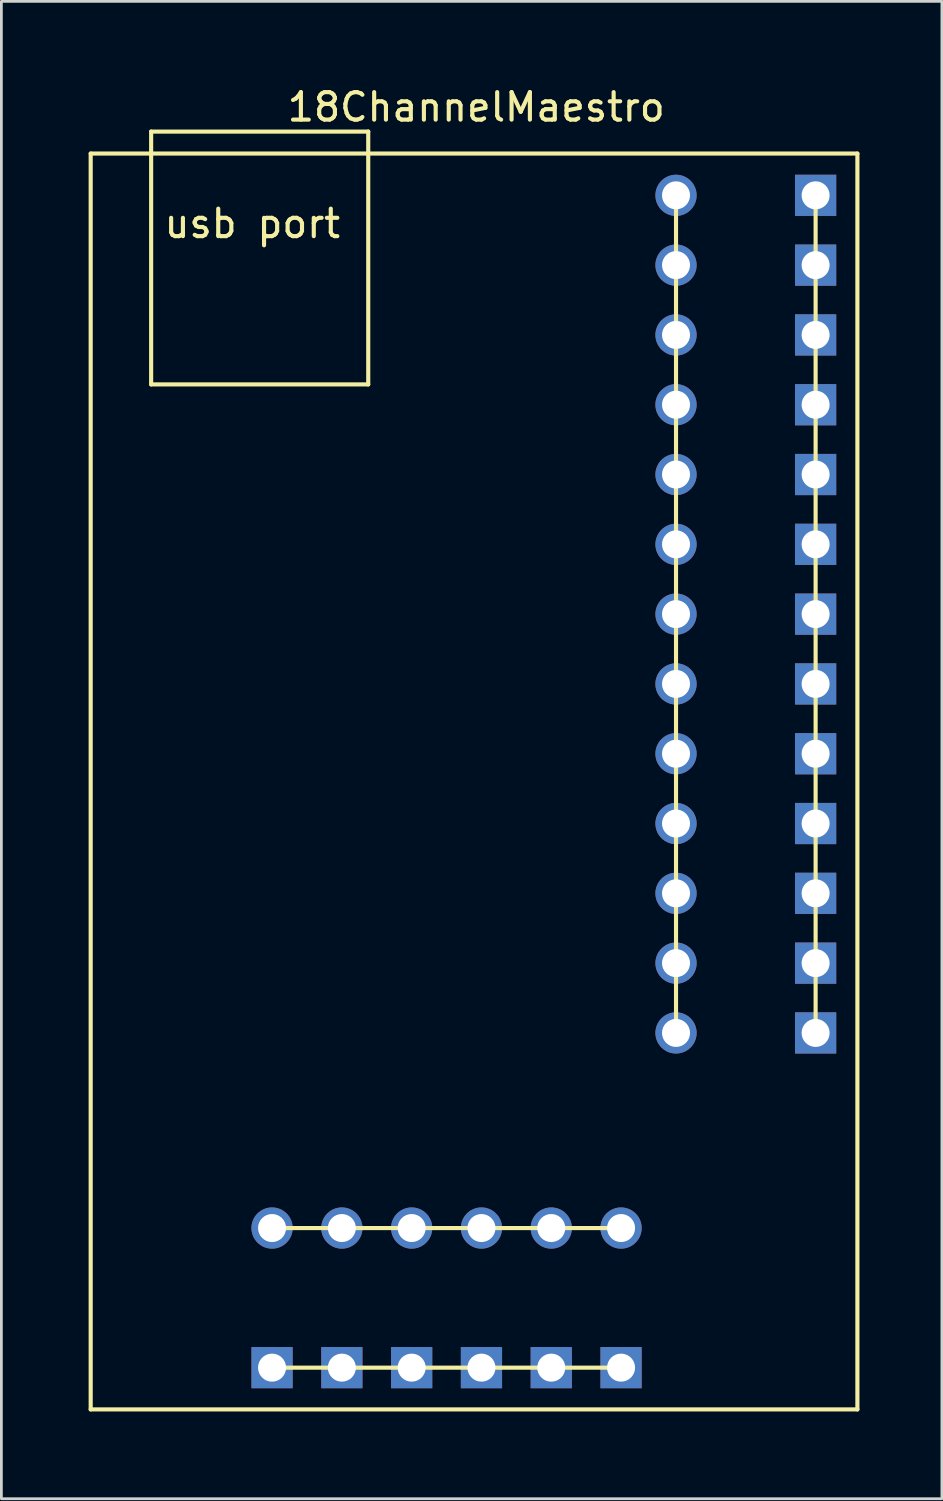
<source format=kicad_pcb>
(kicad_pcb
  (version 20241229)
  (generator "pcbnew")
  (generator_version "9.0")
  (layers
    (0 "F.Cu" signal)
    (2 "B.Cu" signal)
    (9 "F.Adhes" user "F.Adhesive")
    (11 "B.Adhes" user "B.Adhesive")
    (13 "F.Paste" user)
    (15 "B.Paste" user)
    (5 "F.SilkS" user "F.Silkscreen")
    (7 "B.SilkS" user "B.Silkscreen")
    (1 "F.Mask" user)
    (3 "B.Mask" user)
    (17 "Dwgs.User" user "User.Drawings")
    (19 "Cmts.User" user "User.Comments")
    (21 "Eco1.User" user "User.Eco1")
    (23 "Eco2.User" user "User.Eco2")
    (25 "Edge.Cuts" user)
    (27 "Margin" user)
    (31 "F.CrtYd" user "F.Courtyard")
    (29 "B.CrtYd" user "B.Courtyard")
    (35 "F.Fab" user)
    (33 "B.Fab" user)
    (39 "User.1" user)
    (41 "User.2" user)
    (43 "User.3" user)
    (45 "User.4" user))
  (footprint "18ChannelMaestro"
    (layer "F.Cu")
    (at 0.25 48.238)
    (property "Reference" "18ChannelMaestro" (at 14.03 -47.39 0) (layer "F.SilkS") (effects (font (size 1 1) (thickness 0.15))))
    (attr through_hole)
    (fp_line (start 0 -45.7) (end 27.9 -45.7) (stroke (width 0.15) (type solid)) (layer "F.SilkS"))
    (fp_line (start 0 0) (end 0 -45.7) (stroke (width 0.15) (type solid)) (layer "F.SilkS"))
    (fp_line (start 0 0) (end 27.9 0) (stroke (width 0.15) (type solid)) (layer "F.SilkS"))
    (fp_line (start 2.2 -46.5) (end 2.2 -37.3) (stroke (width 0.15) (type solid)) (layer "F.SilkS"))
    (fp_line (start 2.2 -46.5) (end 10.1 -46.5) (stroke (width 0.15) (type solid)) (layer "F.SilkS"))
    (fp_line (start 2.2 -37.3) (end 10.1 -37.3) (stroke (width 0.15) (type solid)) (layer "F.SilkS"))
    (fp_line (start 6.6 -6.6) (end 19.3 -6.6) (stroke (width 0.15) (type solid)) (layer "F.SilkS"))
    (fp_line (start 6.6 -1.52) (end 19.3 -1.52) (stroke (width 0.15) (type solid)) (layer "F.SilkS"))
    (fp_line (start 10.1 -46.5) (end 10.1 -37.3) (stroke (width 0.15) (type solid)) (layer "F.SilkS"))
    (fp_line (start 21.3 -13.7) (end 21.3 -44.18) (stroke (width 0.15) (type solid)) (layer "F.SilkS"))
    (fp_line (start 26.38 -13.7) (end 26.38 -44.18) (stroke (width 0.15) (type solid)) (layer "F.SilkS"))
    (fp_line (start 27.9 0) (end 27.9 -45.7) (stroke (width 0.15) (type solid)) (layer "F.SilkS"))
    (fp_text user "usb port" (at 5.88 -43.15 0) (layer "F.SilkS") (effects (font (size 1 1) (thickness 0.15))))
    (pad "1" thru_hole circle (at 21.3 -44.18) (size 1.5 1.5) (drill 1.02) (layers "*.Cu" "*.Mask"))
    (pad "2" thru_hole circle (at 21.3 -41.64) (size 1.5 1.5) (drill 1.02) (layers "*.Cu" "*.Mask"))
    (pad "3" thru_hole circle (at 21.3 -39.1) (size 1.5 1.5) (drill 1.02) (layers "*.Cu" "*.Mask"))
    (pad "4" thru_hole circle (at 21.3 -36.56) (size 1.5 1.5) (drill 1.02) (layers "*.Cu" "*.Mask"))
    (pad "5" thru_hole circle (at 21.3 -34.02) (size 1.5 1.5) (drill 1.02) (layers "*.Cu" "*.Mask"))
    (pad "6" thru_hole circle (at 21.3 -31.48) (size 1.5 1.5) (drill 1.02) (layers "*.Cu" "*.Mask"))
    (pad "7" thru_hole circle (at 21.3 -28.94) (size 1.5 1.5) (drill 1.02) (layers "*.Cu" "*.Mask"))
    (pad "8" thru_hole circle (at 21.3 -26.4) (size 1.5 1.5) (drill 1.02) (layers "*.Cu" "*.Mask"))
    (pad "9" thru_hole circle (at 21.3 -23.86) (size 1.5 1.5) (drill 1.02) (layers "*.Cu" "*.Mask"))
    (pad "10" thru_hole circle (at 21.3 -21.32) (size 1.5 1.5) (drill 1.02) (layers "*.Cu" "*.Mask"))
    (pad "11" thru_hole circle (at 21.3 -18.78) (size 1.5 1.5) (drill 1.02) (layers "*.Cu" "*.Mask"))
    (pad "12" thru_hole circle (at 21.3 -16.24) (size 1.5 1.5) (drill 1.02) (layers "*.Cu" "*.Mask"))
    (pad "13" thru_hole circle (at 21.3 -13.7) (size 1.5 1.5) (drill 1.02) (layers "*.Cu" "*.Mask"))
    (pad "14" thru_hole circle (at 19.3 -6.6) (size 1.5 1.5) (drill 1.02) (layers "*.Cu" "*.Mask"))
    (pad "15" thru_hole circle (at 16.76 -6.6) (size 1.5 1.5) (drill 1.02) (layers "*.Cu" "*.Mask"))
    (pad "16" thru_hole circle (at 14.22 -6.6) (size 1.5 1.5) (drill 1.02) (layers "*.Cu" "*.Mask"))
    (pad "17" thru_hole circle (at 11.68 -6.6) (size 1.5 1.5) (drill 1.02) (layers "*.Cu" "*.Mask"))
    (pad "18" thru_hole circle (at 9.14 -6.6) (size 1.5 1.5) (drill 1.02) (layers "*.Cu" "*.Mask"))
    (pad "19" thru_hole circle (at 6.6 -6.6) (size 1.5 1.5) (drill 1.02) (layers "*.Cu" "*.Mask"))
    (pad "20" thru_hole rect (at 26.38 -44.18) (size 1.5 1.5) (drill 1.02) (layers "*.Cu" "*.Mask"))
    (pad "21" thru_hole rect (at 26.38 -41.64) (size 1.5 1.5) (drill 1.02) (layers "*.Cu" "*.Mask"))
    (pad "22" thru_hole rect (at 26.38 -39.1) (size 1.5 1.5) (drill 1.02) (layers "*.Cu" "*.Mask"))
    (pad "23" thru_hole rect (at 26.38 -36.56) (size 1.5 1.5) (drill 1.02) (layers "*.Cu" "*.Mask"))
    (pad "24" thru_hole rect (at 26.38 -34.02) (size 1.5 1.5) (drill 1.02) (layers "*.Cu" "*.Mask"))
    (pad "25" thru_hole rect (at 26.38 -31.48) (size 1.5 1.5) (drill 1.02) (layers "*.Cu" "*.Mask"))
    (pad "26" thru_hole rect (at 26.38 -28.94) (size 1.5 1.5) (drill 1.02) (layers "*.Cu" "*.Mask"))
    (pad "27" thru_hole rect (at 26.38 -26.4) (size 1.5 1.5) (drill 1.02) (layers "*.Cu" "*.Mask"))
    (pad "28" thru_hole rect (at 26.38 -23.86) (size 1.5 1.5) (drill 1.02) (layers "*.Cu" "*.Mask"))
    (pad "29" thru_hole rect (at 26.38 -21.32) (size 1.5 1.5) (drill 1.02) (layers "*.Cu" "*.Mask"))
    (pad "30" thru_hole rect (at 26.38 -18.78) (size 1.5 1.5) (drill 1.02) (layers "*.Cu" "*.Mask"))
    (pad "31" thru_hole rect (at 26.38 -16.24) (size 1.5 1.5) (drill 1.02) (layers "*.Cu" "*.Mask"))
    (pad "32" thru_hole rect (at 26.38 -13.7) (size 1.5 1.5) (drill 1.02) (layers "*.Cu" "*.Mask"))
    (pad "33" thru_hole rect (at 19.3 -1.52) (size 1.5 1.5) (drill 1.02) (layers "*.Cu" "*.Mask"))
    (pad "34" thru_hole rect (at 16.76 -1.52) (size 1.5 1.5) (drill 1.02) (layers "*.Cu" "*.Mask"))
    (pad "35" thru_hole rect (at 14.22 -1.52) (size 1.5 1.5) (drill 1.02) (layers "*.Cu" "*.Mask"))
    (pad "36" thru_hole rect (at 11.68 -1.52) (size 1.5 1.5) (drill 1.02) (layers "*.Cu" "*.Mask"))
    (pad "37" thru_hole rect (at 9.14 -1.52) (size 1.5 1.5) (drill 1.02) (layers "*.Cu" "*.Mask"))
    (pad "38" thru_hole rect (at 6.6 -1.52) (size 1.5 1.5) (drill 1.02) (layers "*.Cu" "*.Mask")))
  (gr_rect
    (start -3 -3)
    (end 31.225 51.488)
    (stroke (width 0.1) (type default))
    (fill no)
    (layer "Edge.Cuts")))
</source>
